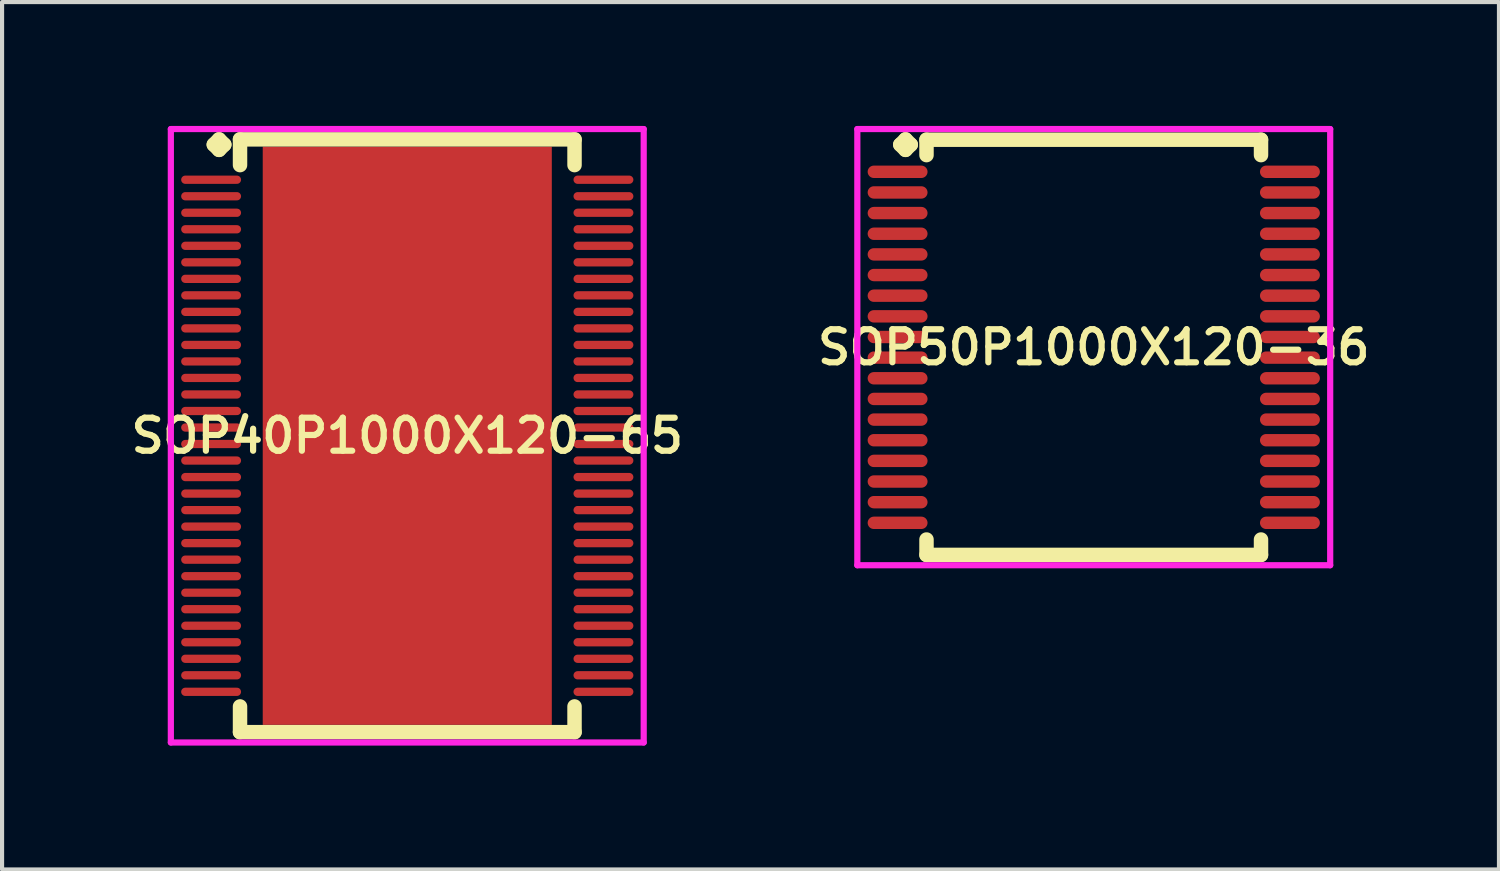
<source format=kicad_pcb>
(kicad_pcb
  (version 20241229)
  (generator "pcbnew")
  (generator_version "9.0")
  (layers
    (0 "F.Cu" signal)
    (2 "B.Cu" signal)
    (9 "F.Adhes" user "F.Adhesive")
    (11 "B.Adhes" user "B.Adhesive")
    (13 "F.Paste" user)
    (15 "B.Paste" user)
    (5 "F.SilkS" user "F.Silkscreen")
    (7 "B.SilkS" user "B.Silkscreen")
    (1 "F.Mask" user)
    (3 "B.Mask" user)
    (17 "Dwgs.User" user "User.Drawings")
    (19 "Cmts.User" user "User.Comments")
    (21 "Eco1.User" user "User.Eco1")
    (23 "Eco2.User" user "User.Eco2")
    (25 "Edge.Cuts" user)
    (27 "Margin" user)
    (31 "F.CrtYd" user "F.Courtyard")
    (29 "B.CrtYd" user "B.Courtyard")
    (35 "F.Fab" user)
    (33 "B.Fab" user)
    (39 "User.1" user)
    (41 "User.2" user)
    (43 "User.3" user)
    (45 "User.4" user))
  (footprint "SOP50P1000X120-36"
    (layer "F.Cu")
    (at 23.435 5.36)
    (property "Reference" "SOP50P1000X120-36" (at 0 0 0) (layer "F.SilkS") (effects (font (size 0.8 0.8) (thickness 0.15))))
    (attr smd)
    (fp_line (start -4.685 -4.908) (end -4.558 -5.035) (stroke (width 0.35) (type solid)) (layer "F.SilkS"))
    (fp_line (start -4.558 -5.035) (end -4.431 -4.908) (stroke (width 0.35) (type solid)) (layer "F.SilkS"))
    (fp_line (start -4.558 -4.781) (end -4.685 -4.908) (stroke (width 0.35) (type solid)) (layer "F.SilkS"))
    (fp_line (start -4.431 -4.908) (end -4.558 -4.781) (stroke (width 0.35) (type solid)) (layer "F.SilkS"))
    (fp_line (start -4.05 -5.027) (end 4.05 -5.027) (stroke (width 0.35) (type solid)) (layer "F.SilkS"))
    (fp_line (start -4.05 -4.654) (end -4.05 -5.027) (stroke (width 0.35) (type solid)) (layer "F.SilkS"))
    (fp_line (start -4.05 4.654) (end -4.05 5.027) (stroke (width 0.35) (type solid)) (layer "F.SilkS"))
    (fp_line (start -4.05 5.027) (end 4.05 5.027) (stroke (width 0.35) (type solid)) (layer "F.SilkS"))
    (fp_line (start 4.05 -5.027) (end 4.05 -4.654) (stroke (width 0.35) (type solid)) (layer "F.SilkS"))
    (fp_line (start 4.05 5.027) (end 4.05 4.654) (stroke (width 0.35) (type solid)) (layer "F.SilkS"))
    (fp_line (start -5.725 -5.285) (end 5.725 -5.285) (stroke (width 0.15) (type solid)) (layer "F.CrtYd"))
    (fp_line (start -5.725 5.277) (end -5.725 -5.285) (stroke (width 0.15) (type solid)) (layer "F.CrtYd"))
    (fp_line (start 5.725 -5.285) (end 5.725 5.277) (stroke (width 0.15) (type solid)) (layer "F.CrtYd"))
    (fp_line (start 5.725 5.277) (end -5.725 5.277) (stroke (width 0.15) (type solid)) (layer "F.CrtYd"))
    (pad "1" smd oval (at -4.75 -4.25) (size 1.45 0.3) (layers "F.Cu" "F.Mask" "F.Paste"))
    (pad "2" smd oval (at -4.75 -3.75) (size 1.45 0.3) (layers "F.Cu" "F.Mask" "F.Paste"))
    (pad "3" smd oval (at -4.75 -3.25) (size 1.45 0.3) (layers "F.Cu" "F.Mask" "F.Paste"))
    (pad "4" smd oval (at -4.75 -2.75) (size 1.45 0.3) (layers "F.Cu" "F.Mask" "F.Paste"))
    (pad "5" smd oval (at -4.75 -2.25) (size 1.45 0.3) (layers "F.Cu" "F.Mask" "F.Paste"))
    (pad "6" smd oval (at -4.75 -1.75) (size 1.45 0.3) (layers "F.Cu" "F.Mask" "F.Paste"))
    (pad "7" smd oval (at -4.75 -1.25) (size 1.45 0.3) (layers "F.Cu" "F.Mask" "F.Paste"))
    (pad "8" smd oval (at -4.75 -0.75) (size 1.45 0.3) (layers "F.Cu" "F.Mask" "F.Paste"))
    (pad "9" smd oval (at -4.75 -0.25) (size 1.45 0.3) (layers "F.Cu" "F.Mask" "F.Paste"))
    (pad "10" smd oval (at -4.75 0.25) (size 1.45 0.3) (layers "F.Cu" "F.Mask" "F.Paste"))
    (pad "11" smd oval (at -4.75 0.75) (size 1.45 0.3) (layers "F.Cu" "F.Mask" "F.Paste"))
    (pad "12" smd oval (at -4.75 1.25) (size 1.45 0.3) (layers "F.Cu" "F.Mask" "F.Paste"))
    (pad "13" smd oval (at -4.75 1.75) (size 1.45 0.3) (layers "F.Cu" "F.Mask" "F.Paste"))
    (pad "14" smd oval (at -4.75 2.25) (size 1.45 0.3) (layers "F.Cu" "F.Mask" "F.Paste"))
    (pad "15" smd oval (at -4.75 2.75) (size 1.45 0.3) (layers "F.Cu" "F.Mask" "F.Paste"))
    (pad "16" smd oval (at -4.75 3.25) (size 1.45 0.3) (layers "F.Cu" "F.Mask" "F.Paste"))
    (pad "17" smd oval (at -4.75 3.75) (size 1.45 0.3) (layers "F.Cu" "F.Mask" "F.Paste"))
    (pad "18" smd oval (at -4.75 4.25) (size 1.45 0.3) (layers "F.Cu" "F.Mask" "F.Paste"))
    (pad "19" smd oval (at 4.75 4.25) (size 1.45 0.3) (layers "F.Cu" "F.Mask" "F.Paste"))
    (pad "20" smd oval (at 4.75 3.75) (size 1.45 0.3) (layers "F.Cu" "F.Mask" "F.Paste"))
    (pad "21" smd oval (at 4.75 3.25) (size 1.45 0.3) (layers "F.Cu" "F.Mask" "F.Paste"))
    (pad "22" smd oval (at 4.75 2.75) (size 1.45 0.3) (layers "F.Cu" "F.Mask" "F.Paste"))
    (pad "23" smd oval (at 4.75 2.25) (size 1.45 0.3) (layers "F.Cu" "F.Mask" "F.Paste"))
    (pad "24" smd oval (at 4.75 1.75) (size 1.45 0.3) (layers "F.Cu" "F.Mask" "F.Paste"))
    (pad "25" smd oval (at 4.75 1.25) (size 1.45 0.3) (layers "F.Cu" "F.Mask" "F.Paste"))
    (pad "26" smd oval (at 4.75 0.75) (size 1.45 0.3) (layers "F.Cu" "F.Mask" "F.Paste"))
    (pad "27" smd oval (at 4.75 0.25) (size 1.45 0.3) (layers "F.Cu" "F.Mask" "F.Paste"))
    (pad "28" smd oval (at 4.75 -0.25) (size 1.45 0.3) (layers "F.Cu" "F.Mask" "F.Paste"))
    (pad "29" smd oval (at 4.75 -0.75) (size 1.45 0.3) (layers "F.Cu" "F.Mask" "F.Paste"))
    (pad "30" smd oval (at 4.75 -1.25) (size 1.45 0.3) (layers "F.Cu" "F.Mask" "F.Paste"))
    (pad "31" smd oval (at 4.75 -1.75) (size 1.45 0.3) (layers "F.Cu" "F.Mask" "F.Paste"))
    (pad "32" smd oval (at 4.75 -2.25) (size 1.45 0.3) (layers "F.Cu" "F.Mask" "F.Paste"))
    (pad "33" smd oval (at 4.75 -2.75) (size 1.45 0.3) (layers "F.Cu" "F.Mask" "F.Paste"))
    (pad "34" smd oval (at 4.75 -3.25) (size 1.45 0.3) (layers "F.Cu" "F.Mask" "F.Paste"))
    (pad "35" smd oval (at 4.75 -3.75) (size 1.45 0.3) (layers "F.Cu" "F.Mask" "F.Paste"))
    (pad "36" smd oval (at 4.75 -4.25) (size 1.45 0.3) (layers "F.Cu" "F.Mask" "F.Paste")))
  (footprint "SOP40P1000X120-65"
    (layer "F.Cu")
    (at 6.812 7.502)
    (property "Reference" "SOP40P1000X120-65" (at 0 0 0) (layer "F.SilkS") (effects (font (size 0.8 0.8) (thickness 0.15))))
    (attr smd)
    (fp_line (start -4.685 -7.05) (end -4.558 -7.177) (stroke (width 0.35) (type solid)) (layer "F.SilkS"))
    (fp_line (start -4.558 -7.177) (end -4.431 -7.05) (stroke (width 0.35) (type solid)) (layer "F.SilkS"))
    (fp_line (start -4.558 -6.923) (end -4.685 -7.05) (stroke (width 0.35) (type solid)) (layer "F.SilkS"))
    (fp_line (start -4.431 -7.05) (end -4.558 -6.923) (stroke (width 0.35) (type solid)) (layer "F.SilkS"))
    (fp_line (start -4.05 -7.177) (end 4.05 -7.177) (stroke (width 0.35) (type solid)) (layer "F.SilkS"))
    (fp_line (start -4.05 -6.554) (end -4.05 -7.177) (stroke (width 0.35) (type solid)) (layer "F.SilkS"))
    (fp_line (start -4.05 6.554) (end -4.05 7.177) (stroke (width 0.35) (type solid)) (layer "F.SilkS"))
    (fp_line (start -4.05 7.177) (end 4.05 7.177) (stroke (width 0.35) (type solid)) (layer "F.SilkS"))
    (fp_line (start 4.05 -7.177) (end 4.05 -6.554) (stroke (width 0.35) (type solid)) (layer "F.SilkS"))
    (fp_line (start 4.05 7.177) (end 4.05 6.554) (stroke (width 0.35) (type solid)) (layer "F.SilkS"))
    (fp_line (start -5.725 -7.427) (end 5.725 -7.427) (stroke (width 0.15) (type solid)) (layer "F.CrtYd"))
    (fp_line (start -5.725 7.427) (end -5.725 -7.427) (stroke (width 0.15) (type solid)) (layer "F.CrtYd"))
    (fp_line (start 5.725 -7.427) (end 5.725 7.427) (stroke (width 0.15) (type solid)) (layer "F.CrtYd"))
    (fp_line (start 5.725 7.427) (end -5.725 7.427) (stroke (width 0.15) (type solid)) (layer "F.CrtYd"))
    (pad "1" smd oval (at -4.75 -6.2) (size 1.45 0.2) (layers "F.Cu" "F.Mask" "F.Paste"))
    (pad "2" smd oval (at -4.75 -5.8) (size 1.45 0.2) (layers "F.Cu" "F.Mask" "F.Paste"))
    (pad "3" smd oval (at -4.75 -5.4) (size 1.45 0.2) (layers "F.Cu" "F.Mask" "F.Paste"))
    (pad "4" smd oval (at -4.75 -5) (size 1.45 0.2) (layers "F.Cu" "F.Mask" "F.Paste"))
    (pad "5" smd oval (at -4.75 -4.6) (size 1.45 0.2) (layers "F.Cu" "F.Mask" "F.Paste"))
    (pad "6" smd oval (at -4.75 -4.2) (size 1.45 0.2) (layers "F.Cu" "F.Mask" "F.Paste"))
    (pad "7" smd oval (at -4.75 -3.8) (size 1.45 0.2) (layers "F.Cu" "F.Mask" "F.Paste"))
    (pad "8" smd oval (at -4.75 -3.4) (size 1.45 0.2) (layers "F.Cu" "F.Mask" "F.Paste"))
    (pad "9" smd oval (at -4.75 -3) (size 1.45 0.2) (layers "F.Cu" "F.Mask" "F.Paste"))
    (pad "10" smd oval (at -4.75 -2.6) (size 1.45 0.2) (layers "F.Cu" "F.Mask" "F.Paste"))
    (pad "11" smd oval (at -4.75 -2.2) (size 1.45 0.2) (layers "F.Cu" "F.Mask" "F.Paste"))
    (pad "12" smd oval (at -4.75 -1.8) (size 1.45 0.2) (layers "F.Cu" "F.Mask" "F.Paste"))
    (pad "13" smd oval (at -4.75 -1.4) (size 1.45 0.2) (layers "F.Cu" "F.Mask" "F.Paste"))
    (pad "14" smd oval (at -4.75 -1) (size 1.45 0.2) (layers "F.Cu" "F.Mask" "F.Paste"))
    (pad "15" smd oval (at -4.75 -0.6) (size 1.45 0.2) (layers "F.Cu" "F.Mask" "F.Paste"))
    (pad "16" smd oval (at -4.75 -0.2) (size 1.45 0.2) (layers "F.Cu" "F.Mask" "F.Paste"))
    (pad "17" smd oval (at -4.75 0.2) (size 1.45 0.2) (layers "F.Cu" "F.Mask" "F.Paste"))
    (pad "18" smd oval (at -4.75 0.6) (size 1.45 0.2) (layers "F.Cu" "F.Mask" "F.Paste"))
    (pad "19" smd oval (at -4.75 1) (size 1.45 0.2) (layers "F.Cu" "F.Mask" "F.Paste"))
    (pad "20" smd oval (at -4.75 1.4) (size 1.45 0.2) (layers "F.Cu" "F.Mask" "F.Paste"))
    (pad "21" smd oval (at -4.75 1.8) (size 1.45 0.2) (layers "F.Cu" "F.Mask" "F.Paste"))
    (pad "22" smd oval (at -4.75 2.2) (size 1.45 0.2) (layers "F.Cu" "F.Mask" "F.Paste"))
    (pad "23" smd oval (at -4.75 2.6) (size 1.45 0.2) (layers "F.Cu" "F.Mask" "F.Paste"))
    (pad "24" smd oval (at -4.75 3) (size 1.45 0.2) (layers "F.Cu" "F.Mask" "F.Paste"))
    (pad "25" smd oval (at -4.75 3.4) (size 1.45 0.2) (layers "F.Cu" "F.Mask" "F.Paste"))
    (pad "26" smd oval (at -4.75 3.8) (size 1.45 0.2) (layers "F.Cu" "F.Mask" "F.Paste"))
    (pad "27" smd oval (at -4.75 4.2) (size 1.45 0.2) (layers "F.Cu" "F.Mask" "F.Paste"))
    (pad "28" smd oval (at -4.75 4.6) (size 1.45 0.2) (layers "F.Cu" "F.Mask" "F.Paste"))
    (pad "29" smd oval (at -4.75 5) (size 1.45 0.2) (layers "F.Cu" "F.Mask" "F.Paste"))
    (pad "30" smd oval (at -4.75 5.4) (size 1.45 0.2) (layers "F.Cu" "F.Mask" "F.Paste"))
    (pad "31" smd oval (at -4.75 5.8) (size 1.45 0.2) (layers "F.Cu" "F.Mask" "F.Paste"))
    (pad "32" smd oval (at -4.75 6.2) (size 1.45 0.2) (layers "F.Cu" "F.Mask" "F.Paste"))
    (pad "33" smd oval (at 4.75 6.2) (size 1.45 0.2) (layers "F.Cu" "F.Mask" "F.Paste"))
    (pad "34" smd oval (at 4.75 5.8) (size 1.45 0.2) (layers "F.Cu" "F.Mask" "F.Paste"))
    (pad "35" smd oval (at 4.75 5.4) (size 1.45 0.2) (layers "F.Cu" "F.Mask" "F.Paste"))
    (pad "36" smd oval (at 4.75 5) (size 1.45 0.2) (layers "F.Cu" "F.Mask" "F.Paste"))
    (pad "37" smd oval (at 4.75 4.6) (size 1.45 0.2) (layers "F.Cu" "F.Mask" "F.Paste"))
    (pad "38" smd oval (at 4.75 4.2) (size 1.45 0.2) (layers "F.Cu" "F.Mask" "F.Paste"))
    (pad "39" smd oval (at 4.75 3.8) (size 1.45 0.2) (layers "F.Cu" "F.Mask" "F.Paste"))
    (pad "40" smd oval (at 4.75 3.4) (size 1.45 0.2) (layers "F.Cu" "F.Mask" "F.Paste"))
    (pad "41" smd oval (at 4.75 3) (size 1.45 0.2) (layers "F.Cu" "F.Mask" "F.Paste"))
    (pad "42" smd oval (at 4.75 2.6) (size 1.45 0.2) (layers "F.Cu" "F.Mask" "F.Paste"))
    (pad "43" smd oval (at 4.75 2.2) (size 1.45 0.2) (layers "F.Cu" "F.Mask" "F.Paste"))
    (pad "44" smd oval (at 4.75 1.8) (size 1.45 0.2) (layers "F.Cu" "F.Mask" "F.Paste"))
    (pad "45" smd oval (at 4.75 1.4) (size 1.45 0.2) (layers "F.Cu" "F.Mask" "F.Paste"))
    (pad "46" smd oval (at 4.75 1) (size 1.45 0.2) (layers "F.Cu" "F.Mask" "F.Paste"))
    (pad "47" smd oval (at 4.75 0.6) (size 1.45 0.2) (layers "F.Cu" "F.Mask" "F.Paste"))
    (pad "48" smd oval (at 4.75 0.2) (size 1.45 0.2) (layers "F.Cu" "F.Mask" "F.Paste"))
    (pad "49" smd oval (at 4.75 -0.2) (size 1.45 0.2) (layers "F.Cu" "F.Mask" "F.Paste"))
    (pad "50" smd oval (at 4.75 -0.6) (size 1.45 0.2) (layers "F.Cu" "F.Mask" "F.Paste"))
    (pad "51" smd oval (at 4.75 -1) (size 1.45 0.2) (layers "F.Cu" "F.Mask" "F.Paste"))
    (pad "52" smd oval (at 4.75 -1.4) (size 1.45 0.2) (layers "F.Cu" "F.Mask" "F.Paste"))
    (pad "53" smd oval (at 4.75 -1.8) (size 1.45 0.2) (layers "F.Cu" "F.Mask" "F.Paste"))
    (pad "54" smd oval (at 4.75 -2.2) (size 1.45 0.2) (layers "F.Cu" "F.Mask" "F.Paste"))
    (pad "55" smd oval (at 4.75 -2.6) (size 1.45 0.2) (layers "F.Cu" "F.Mask" "F.Paste"))
    (pad "56" smd oval (at 4.75 -3) (size 1.45 0.2) (layers "F.Cu" "F.Mask" "F.Paste"))
    (pad "57" smd oval (at 4.75 -3.4) (size 1.45 0.2) (layers "F.Cu" "F.Mask" "F.Paste"))
    (pad "58" smd oval (at 4.75 -3.8) (size 1.45 0.2) (layers "F.Cu" "F.Mask" "F.Paste"))
    (pad "59" smd oval (at 4.75 -4.2) (size 1.45 0.2) (layers "F.Cu" "F.Mask" "F.Paste"))
    (pad "60" smd oval (at 4.75 -4.6) (size 1.45 0.2) (layers "F.Cu" "F.Mask" "F.Paste"))
    (pad "61" smd oval (at 4.75 -5) (size 1.45 0.2) (layers "F.Cu" "F.Mask" "F.Paste"))
    (pad "62" smd oval (at 4.75 -5.4) (size 1.45 0.2) (layers "F.Cu" "F.Mask" "F.Paste"))
    (pad "63" smd oval (at 4.75 -5.8) (size 1.45 0.2) (layers "F.Cu" "F.Mask" "F.Paste"))
    (pad "64" smd oval (at 4.75 -6.2) (size 1.45 0.2) (layers "F.Cu" "F.Mask" "F.Paste"))
    (pad "65" smd rect (at 0 0) (size 7 14) (layers "F.Cu" "F.Mask" "F.Paste")))
  (gr_rect
    (start -3 -3)
    (end 33.247 18.004)
    (stroke (width 0.1) (type default))
    (fill no)
    (layer "Edge.Cuts")))
</source>
